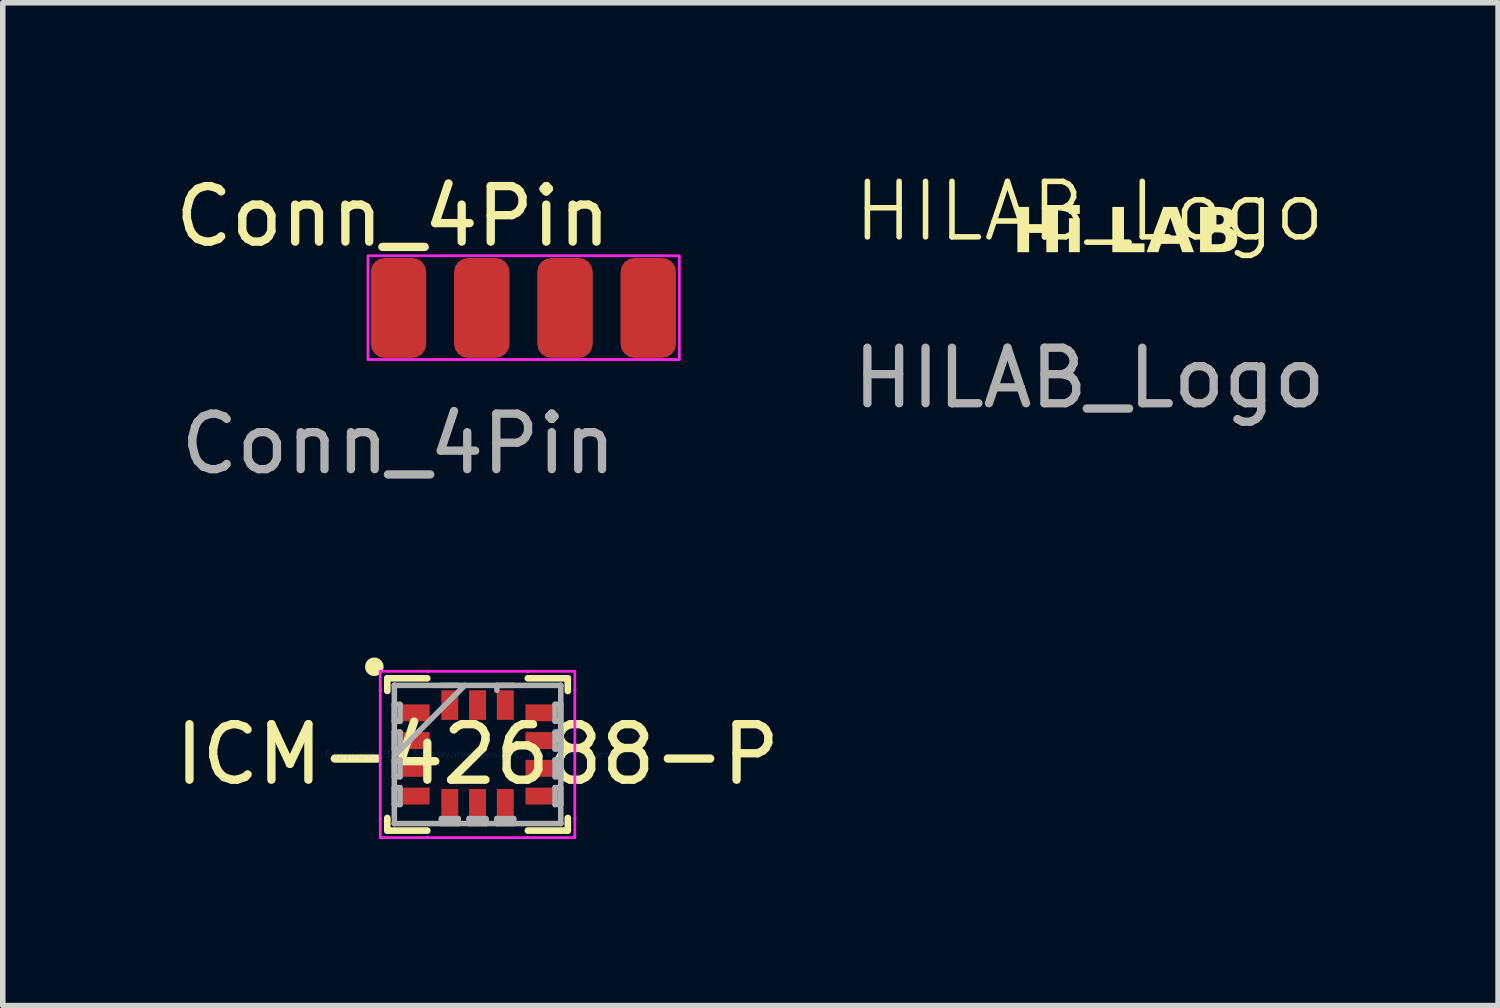
<source format=kicad_pcb>
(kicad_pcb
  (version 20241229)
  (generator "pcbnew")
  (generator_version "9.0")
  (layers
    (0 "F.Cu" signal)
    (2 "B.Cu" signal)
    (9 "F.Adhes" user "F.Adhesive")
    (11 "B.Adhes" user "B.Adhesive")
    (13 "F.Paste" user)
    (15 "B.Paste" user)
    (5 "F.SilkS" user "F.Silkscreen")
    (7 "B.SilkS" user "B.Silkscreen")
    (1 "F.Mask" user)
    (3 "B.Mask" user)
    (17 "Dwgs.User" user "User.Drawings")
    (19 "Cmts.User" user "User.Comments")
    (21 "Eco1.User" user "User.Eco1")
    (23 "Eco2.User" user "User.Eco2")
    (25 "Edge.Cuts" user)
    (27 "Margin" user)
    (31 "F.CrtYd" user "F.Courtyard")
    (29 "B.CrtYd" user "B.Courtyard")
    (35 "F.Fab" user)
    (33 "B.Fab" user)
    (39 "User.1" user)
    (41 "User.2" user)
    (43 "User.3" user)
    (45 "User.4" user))
  (footprint "HILAB_Logo"
    (layer "F.Cu")
    (at 16.578 1.26)
    (property "Reference" "HILAB_Logo" (at 0 -0.5 0) (unlocked yes) (layer "F.SilkS") (effects (font (size 1 1) (thickness 0.1))))
    (attr smd)
    (fp_text user "Hi LAB" (at -1.4 0.37 0) (unlocked yes) (layer "F.SilkS") (effects (font (face "Tw Cen MT") (size 0.8 0.8) (thickness 0.1) (bold yes)) (justify left bottom)))
    (fp_text user "${REFERENCE}" (at 0 2.5 0) (unlocked yes) (layer "F.Fab") (effects (font (size 1 1) (thickness 0.15)))))
  (footprint "ICM-42688-P"
    (layer "F.Cu")
    (at 5.554 10.543)
    (property "Reference" "ICM-42688-P" (at 0 0 0) (layer "F.SilkS") (effects (font (size 1 1) (thickness 0.15))))
    (attr smd)
    (fp_line (start -1.626 -1.372) (end -1.626 -1.144) (stroke (width 0.12) (type solid)) (layer "F.SilkS"))
    (fp_line (start -1.626 1.144) (end -1.626 1.372) (stroke (width 0.12) (type solid)) (layer "F.SilkS"))
    (fp_line (start -1.626 1.372) (end -0.906 1.372) (stroke (width 0.12) (type solid)) (layer "F.SilkS"))
    (fp_line (start -0.906 -1.372) (end -1.626 -1.372) (stroke (width 0.12) (type solid)) (layer "F.SilkS"))
    (fp_line (start 0.906 1.372) (end 1.626 1.372) (stroke (width 0.12) (type solid)) (layer "F.SilkS"))
    (fp_line (start 1.626 -1.372) (end 0.906 -1.372) (stroke (width 0.12) (type solid)) (layer "F.SilkS"))
    (fp_line (start 1.626 -1.144) (end 1.626 -1.372) (stroke (width 0.12) (type solid)) (layer "F.SilkS"))
    (fp_line (start 1.626 1.372) (end 1.626 1.144) (stroke (width 0.12) (type solid)) (layer "F.SilkS"))
    (fp_circle (center -1.86 -1.58) (end -1.743 -1.58) (stroke (width 0.1) (type solid)) (fill yes) (layer "F.SilkS"))
    (fp_line (start -1.753 -1.499) (end -0.906 -1.499) (stroke (width 0.05) (type solid)) (layer "F.CrtYd"))
    (fp_line (start -1.753 -1.156) (end -1.753 -1.499) (stroke (width 0.05) (type solid)) (layer "F.CrtYd"))
    (fp_line (start -1.753 -1.156) (end -1.753 -1.156) (stroke (width 0.05) (type solid)) (layer "F.CrtYd"))
    (fp_line (start -1.753 -1.156) (end -1.753 -1.156) (stroke (width 0.05) (type solid)) (layer "F.CrtYd"))
    (fp_line (start -1.753 1.156) (end -1.753 -1.156) (stroke (width 0.05) (type solid)) (layer "F.CrtYd"))
    (fp_line (start -1.753 1.156) (end -1.753 1.156) (stroke (width 0.05) (type solid)) (layer "F.CrtYd"))
    (fp_line (start -1.753 1.156) (end -1.753 1.156) (stroke (width 0.05) (type solid)) (layer "F.CrtYd"))
    (fp_line (start -1.753 1.499) (end -1.753 1.156) (stroke (width 0.05) (type solid)) (layer "F.CrtYd"))
    (fp_line (start -0.906 -1.499) (end -0.906 -1.499) (stroke (width 0.05) (type solid)) (layer "F.CrtYd"))
    (fp_line (start -0.906 -1.499) (end -0.906 -1.499) (stroke (width 0.05) (type solid)) (layer "F.CrtYd"))
    (fp_line (start -0.906 -1.499) (end 0.906 -1.499) (stroke (width 0.05) (type solid)) (layer "F.CrtYd"))
    (fp_line (start -0.906 1.499) (end -1.753 1.499) (stroke (width 0.05) (type solid)) (layer "F.CrtYd"))
    (fp_line (start -0.906 1.499) (end -0.906 1.499) (stroke (width 0.05) (type solid)) (layer "F.CrtYd"))
    (fp_line (start -0.906 1.499) (end -0.906 1.499) (stroke (width 0.05) (type solid)) (layer "F.CrtYd"))
    (fp_line (start 0.906 -1.499) (end 0.906 -1.499) (stroke (width 0.05) (type solid)) (layer "F.CrtYd"))
    (fp_line (start 0.906 -1.499) (end 0.906 -1.499) (stroke (width 0.05) (type solid)) (layer "F.CrtYd"))
    (fp_line (start 0.906 -1.499) (end 1.753 -1.499) (stroke (width 0.05) (type solid)) (layer "F.CrtYd"))
    (fp_line (start 0.906 1.499) (end -0.906 1.499) (stroke (width 0.05) (type solid)) (layer "F.CrtYd"))
    (fp_line (start 0.906 1.499) (end 0.906 1.499) (stroke (width 0.05) (type solid)) (layer "F.CrtYd"))
    (fp_line (start 0.906 1.499) (end 0.906 1.499) (stroke (width 0.05) (type solid)) (layer "F.CrtYd"))
    (fp_line (start 1.753 -1.499) (end 1.753 -1.156) (stroke (width 0.05) (type solid)) (layer "F.CrtYd"))
    (fp_line (start 1.753 -1.156) (end 1.753 -1.156) (stroke (width 0.05) (type solid)) (layer "F.CrtYd"))
    (fp_line (start 1.753 -1.156) (end 1.753 -1.156) (stroke (width 0.05) (type solid)) (layer "F.CrtYd"))
    (fp_line (start 1.753 -1.156) (end 1.753 1.156) (stroke (width 0.05) (type solid)) (layer "F.CrtYd"))
    (fp_line (start 1.753 1.156) (end 1.753 1.156) (stroke (width 0.05) (type solid)) (layer "F.CrtYd"))
    (fp_line (start 1.753 1.156) (end 1.753 1.156) (stroke (width 0.05) (type solid)) (layer "F.CrtYd"))
    (fp_line (start 1.753 1.156) (end 1.753 1.499) (stroke (width 0.05) (type solid)) (layer "F.CrtYd"))
    (fp_line (start 1.753 1.499) (end 0.906 1.499) (stroke (width 0.05) (type solid)) (layer "F.CrtYd"))
    (fp_line (start -1.499 -1.245) (end -1.499 -1.245) (stroke (width 0.1) (type solid)) (layer "F.Fab"))
    (fp_line (start -1.499 -1.245) (end -1.499 1.245) (stroke (width 0.1) (type solid)) (layer "F.Fab"))
    (fp_line (start -1.499 -0.902) (end -1.397 -0.902) (stroke (width 0.1) (type solid)) (layer "F.Fab"))
    (fp_line (start -1.499 -0.598) (end -1.499 -0.902) (stroke (width 0.1) (type solid)) (layer "F.Fab"))
    (fp_line (start -1.499 -0.402) (end -1.397 -0.402) (stroke (width 0.1) (type solid)) (layer "F.Fab"))
    (fp_line (start -1.499 -0.098) (end -1.499 -0.402) (stroke (width 0.1) (type solid)) (layer "F.Fab"))
    (fp_line (start -1.499 0.025) (end -0.229 -1.245) (stroke (width 0.1) (type solid)) (layer "F.Fab"))
    (fp_line (start -1.499 0.098) (end -1.397 0.098) (stroke (width 0.1) (type solid)) (layer "F.Fab"))
    (fp_line (start -1.499 0.402) (end -1.499 0.098) (stroke (width 0.1) (type solid)) (layer "F.Fab"))
    (fp_line (start -1.499 0.598) (end -1.397 0.598) (stroke (width 0.1) (type solid)) (layer "F.Fab"))
    (fp_line (start -1.499 0.902) (end -1.499 0.598) (stroke (width 0.1) (type solid)) (layer "F.Fab"))
    (fp_line (start -1.499 1.245) (end -1.499 1.245) (stroke (width 0.1) (type solid)) (layer "F.Fab"))
    (fp_line (start -1.499 1.245) (end 1.499 1.245) (stroke (width 0.1) (type solid)) (layer "F.Fab"))
    (fp_line (start -1.397 -0.902) (end -1.397 -0.598) (stroke (width 0.1) (type solid)) (layer "F.Fab"))
    (fp_line (start -1.397 -0.598) (end -1.499 -0.598) (stroke (width 0.1) (type solid)) (layer "F.Fab"))
    (fp_line (start -1.397 -0.402) (end -1.397 -0.098) (stroke (width 0.1) (type solid)) (layer "F.Fab"))
    (fp_line (start -1.397 -0.098) (end -1.499 -0.098) (stroke (width 0.1) (type solid)) (layer "F.Fab"))
    (fp_line (start -1.397 0.098) (end -1.397 0.402) (stroke (width 0.1) (type solid)) (layer "F.Fab"))
    (fp_line (start -1.397 0.402) (end -1.499 0.402) (stroke (width 0.1) (type solid)) (layer "F.Fab"))
    (fp_line (start -1.397 0.598) (end -1.397 0.902) (stroke (width 0.1) (type solid)) (layer "F.Fab"))
    (fp_line (start -1.397 0.902) (end -1.499 0.902) (stroke (width 0.1) (type solid)) (layer "F.Fab"))
    (fp_line (start -0.652 -1.245) (end -0.348 -1.245) (stroke (width 0.1) (type solid)) (layer "F.Fab"))
    (fp_line (start -0.652 1.156) (end -0.348 1.156) (stroke (width 0.1) (type solid)) (layer "F.Fab"))
    (fp_line (start -0.652 1.245) (end -0.652 1.156) (stroke (width 0.1) (type solid)) (layer "F.Fab"))
    (fp_line (start -0.348 1.156) (end -0.348 1.245) (stroke (width 0.1) (type solid)) (layer "F.Fab"))
    (fp_line (start -0.348 1.245) (end -0.652 1.245) (stroke (width 0.1) (type solid)) (layer "F.Fab"))
    (fp_line (start -0.152 1.156) (end 0.152 1.156) (stroke (width 0.1) (type solid)) (layer "F.Fab"))
    (fp_line (start -0.152 1.245) (end -0.152 1.156) (stroke (width 0.1) (type solid)) (layer "F.Fab"))
    (fp_line (start 0.152 1.156) (end 0.152 1.245) (stroke (width 0.1) (type solid)) (layer "F.Fab"))
    (fp_line (start 0.152 1.245) (end -0.152 1.245) (stroke (width 0.1) (type solid)) (layer "F.Fab"))
    (fp_line (start 0.348 -1.245) (end 0.652 -1.245) (stroke (width 0.1) (type solid)) (layer "F.Fab"))
    (fp_line (start 0.348 -1.156) (end 0.348 -1.245) (stroke (width 0.1) (type solid)) (layer "F.Fab"))
    (fp_line (start 0.348 1.156) (end 0.652 1.156) (stroke (width 0.1) (type solid)) (layer "F.Fab"))
    (fp_line (start 0.348 1.245) (end 0.348 1.156) (stroke (width 0.1) (type solid)) (layer "F.Fab"))
    (fp_line (start 0.652 1.156) (end 0.652 1.245) (stroke (width 0.1) (type solid)) (layer "F.Fab"))
    (fp_line (start 0.652 1.245) (end 0.348 1.245) (stroke (width 0.1) (type solid)) (layer "F.Fab"))
    (fp_line (start 1.397 -0.902) (end 1.499 -0.902) (stroke (width 0.1) (type solid)) (layer "F.Fab"))
    (fp_line (start 1.397 -0.598) (end 1.397 -0.902) (stroke (width 0.1) (type solid)) (layer "F.Fab"))
    (fp_line (start 1.397 -0.402) (end 1.499 -0.402) (stroke (width 0.1) (type solid)) (layer "F.Fab"))
    (fp_line (start 1.397 -0.098) (end 1.397 -0.402) (stroke (width 0.1) (type solid)) (layer "F.Fab"))
    (fp_line (start 1.397 0.098) (end 1.499 0.098) (stroke (width 0.1) (type solid)) (layer "F.Fab"))
    (fp_line (start 1.397 0.402) (end 1.397 0.098) (stroke (width 0.1) (type solid)) (layer "F.Fab"))
    (fp_line (start 1.397 0.598) (end 1.499 0.598) (stroke (width 0.1) (type solid)) (layer "F.Fab"))
    (fp_line (start 1.397 0.902) (end 1.397 0.598) (stroke (width 0.1) (type solid)) (layer "F.Fab"))
    (fp_line (start 1.499 -1.245) (end -1.499 -1.245) (stroke (width 0.1) (type solid)) (layer "F.Fab"))
    (fp_line (start 1.499 -1.245) (end 1.499 -1.245) (stroke (width 0.1) (type solid)) (layer "F.Fab"))
    (fp_line (start 1.499 -0.902) (end 1.499 -0.598) (stroke (width 0.1) (type solid)) (layer "F.Fab"))
    (fp_line (start 1.499 -0.598) (end 1.397 -0.598) (stroke (width 0.1) (type solid)) (layer "F.Fab"))
    (fp_line (start 1.499 -0.402) (end 1.499 -0.098) (stroke (width 0.1) (type solid)) (layer "F.Fab"))
    (fp_line (start 1.499 -0.098) (end 1.397 -0.098) (stroke (width 0.1) (type solid)) (layer "F.Fab"))
    (fp_line (start 1.499 0.098) (end 1.499 0.402) (stroke (width 0.1) (type solid)) (layer "F.Fab"))
    (fp_line (start 1.499 0.402) (end 1.397 0.402) (stroke (width 0.1) (type solid)) (layer "F.Fab"))
    (fp_line (start 1.499 0.598) (end 1.499 0.902) (stroke (width 0.1) (type solid)) (layer "F.Fab"))
    (fp_line (start 1.499 0.902) (end 1.397 0.902) (stroke (width 0.1) (type solid)) (layer "F.Fab"))
    (fp_line (start 1.499 1.245) (end 1.499 -1.245) (stroke (width 0.1) (type solid)) (layer "F.Fab"))
    (fp_line (start 1.499 1.245) (end 1.499 1.245) (stroke (width 0.1) (type solid)) (layer "F.Fab"))
    (fp_text user "Copyright 2021 Accelerated Designs. All rights reserved." (at 0 0 0) (layer "Cmts.User") (effects (font (size 0.127 0.127) (thickness 0.002))))
    (pad "1" smd rect (at -1.13 -0.75 90) (size 0.305 0.533) (layers "F.Cu" "F.Mask" "F.Paste"))
    (pad "2" smd rect (at -1.13 -0.25 90) (size 0.305 0.533) (layers "F.Cu" "F.Mask" "F.Paste"))
    (pad "3" smd rect (at -1.13 0.25 90) (size 0.305 0.533) (layers "F.Cu" "F.Mask" "F.Paste"))
    (pad "4" smd rect (at -1.13 0.75 90) (size 0.305 0.533) (layers "F.Cu" "F.Mask" "F.Paste"))
    (pad "5" smd rect (at -0.5 0.889) (size 0.305 0.533) (layers "F.Cu" "F.Mask" "F.Paste"))
    (pad "6" smd rect (at 0 0.889) (size 0.305 0.533) (layers "F.Cu" "F.Mask" "F.Paste"))
    (pad "7" smd rect (at 0.5 0.889) (size 0.305 0.533) (layers "F.Cu" "F.Mask" "F.Paste"))
    (pad "8" smd rect (at 1.13 0.75 90) (size 0.305 0.533) (layers "F.Cu" "F.Mask" "F.Paste"))
    (pad "9" smd rect (at 1.13 0.25 90) (size 0.305 0.533) (layers "F.Cu" "F.Mask" "F.Paste"))
    (pad "10" smd rect (at 1.13 -0.25 90) (size 0.305 0.533) (layers "F.Cu" "F.Mask" "F.Paste"))
    (pad "11" smd rect (at 1.13 -0.75 90) (size 0.305 0.533) (layers "F.Cu" "F.Mask" "F.Paste"))
    (pad "12" smd rect (at 0.5 -0.889) (size 0.305 0.533) (layers "F.Cu" "F.Mask" "F.Paste"))
    (pad "13" smd rect (at 0 -0.889) (size 0.305 0.533) (layers "F.Cu" "F.Mask" "F.Paste"))
    (pad "14" smd rect (at -0.5 -0.889) (size 0.305 0.533) (layers "F.Cu" "F.Mask" "F.Paste")))
  (footprint "Conn_4Pin"
    (layer "F.Cu")
    (at 4.13 2.448)
    (property "Reference" "Conn_4Pin" (at -0.1 -1.6 0) (unlocked yes) (layer "F.SilkS") (effects (font (size 1 1) (thickness 0.15))))
    (attr smd exclude_from_bom)
    (fp_rect (start -0.55 -0.89) (end 5.06 0.98) (stroke (width 0.05) (type solid)) (fill no) (layer "F.CrtYd"))
    (fp_text user "${REFERENCE}" (at 0 2.5 0) (unlocked yes) (layer "F.Fab") (effects (font (size 1 1) (thickness 0.15))))
    (pad "1" smd roundrect (at 0 0.05) (size 1 1.8) (layers "F.Cu" "F.Mask" "F.Paste") (roundrect_rratio 0.25))
    (pad "2" smd roundrect (at 1.5 0.05) (size 1 1.8) (layers "F.Cu" "F.Mask" "F.Paste") (roundrect_rratio 0.25))
    (pad "3" smd roundrect (at 3 0.05) (size 1 1.8) (layers "F.Cu" "F.Mask" "F.Paste") (roundrect_rratio 0.25))
    (pad "4" smd roundrect (at 4.5 0.05) (size 1 1.8) (layers "F.Cu" "F.Mask" "F.Paste") (roundrect_rratio 0.25)))
  (gr_rect
    (start -3 -3)
    (end 23.941 15.067)
    (stroke (width 0.1) (type default))
    (fill no)
    (layer "Edge.Cuts")))
</source>
